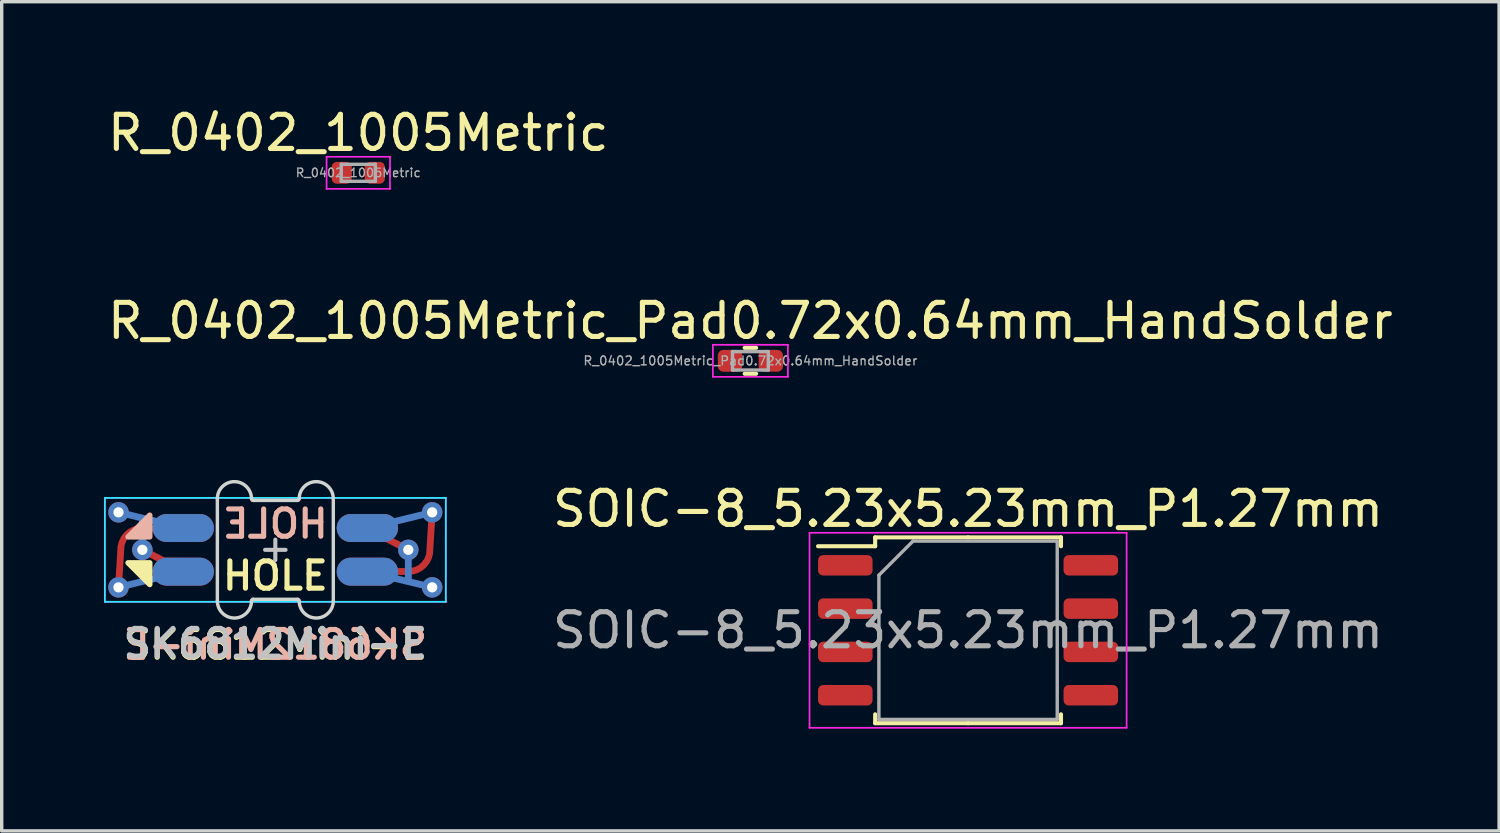
<source format=kicad_pcb>
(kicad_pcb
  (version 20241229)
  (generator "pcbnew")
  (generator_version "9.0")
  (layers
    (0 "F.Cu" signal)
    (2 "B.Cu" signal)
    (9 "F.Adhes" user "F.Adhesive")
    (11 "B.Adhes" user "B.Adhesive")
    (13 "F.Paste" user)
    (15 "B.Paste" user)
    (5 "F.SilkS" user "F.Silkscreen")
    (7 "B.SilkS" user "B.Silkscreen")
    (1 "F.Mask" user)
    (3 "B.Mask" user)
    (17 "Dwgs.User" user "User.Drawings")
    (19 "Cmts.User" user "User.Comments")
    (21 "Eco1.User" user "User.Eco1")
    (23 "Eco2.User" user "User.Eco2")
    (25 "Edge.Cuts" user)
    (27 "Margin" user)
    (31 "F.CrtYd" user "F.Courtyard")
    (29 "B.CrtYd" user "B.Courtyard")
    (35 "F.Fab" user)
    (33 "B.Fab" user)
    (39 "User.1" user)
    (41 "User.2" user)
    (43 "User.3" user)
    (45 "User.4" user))
  (footprint "R_0402_1005Metric_Pad0.72x0.64mm_HandSolder"
    (layer "F.Cu")
    (at 18.958 7.532)
    (property "Reference" "R_0402_1005Metric_Pad0.72x0.64mm_HandSolder" (at 0 -1.17 180) (layer "F.SilkS") (effects (font (size 1 1) (thickness 0.15))))
    (attr smd)
    (fp_line (start -0.168 -0.38) (end 0.168 -0.38) (stroke (width 0.12) (type solid)) (layer "F.SilkS"))
    (fp_line (start -0.168 0.38) (end 0.168 0.38) (stroke (width 0.12) (type solid)) (layer "F.SilkS"))
    (fp_line (start -1.1 -0.47) (end 1.1 -0.47) (stroke (width 0.05) (type solid)) (layer "F.CrtYd"))
    (fp_line (start -1.1 0.47) (end -1.1 -0.47) (stroke (width 0.05) (type solid)) (layer "F.CrtYd"))
    (fp_line (start 1.1 -0.47) (end 1.1 0.47) (stroke (width 0.05) (type solid)) (layer "F.CrtYd"))
    (fp_line (start 1.1 0.47) (end -1.1 0.47) (stroke (width 0.05) (type solid)) (layer "F.CrtYd"))
    (fp_line (start -0.525 -0.27) (end 0.525 -0.27) (stroke (width 0.1) (type solid)) (layer "F.Fab"))
    (fp_line (start -0.525 0.27) (end -0.525 -0.27) (stroke (width 0.1) (type solid)) (layer "F.Fab"))
    (fp_line (start 0.525 -0.27) (end 0.525 0.27) (stroke (width 0.1) (type solid)) (layer "F.Fab"))
    (fp_line (start 0.525 0.27) (end -0.525 0.27) (stroke (width 0.1) (type solid)) (layer "F.Fab"))
    (fp_text user "${REFERENCE}" (at 0 0 180) (layer "F.Fab") (effects (font (size 0.26 0.26) (thickness 0.04))))
    (pad "1" smd roundrect (at -0.598 0) (size 0.715 0.64) (layers "F.Cu" "F.Mask" "F.Paste") (roundrect_rratio 0.25))
    (pad "2" smd roundrect (at 0.598 0) (size 0.715 0.64) (layers "F.Cu" "F.Mask" "F.Paste") (roundrect_rratio 0.25)))
  (footprint "SK6812Mini-E"
    (layer "F.Cu")
    (at 5.025 13.076)
    (property "Reference" "SK6812Mini-E" (at 0 2.75 0) (layer "Dwgs.User") (effects (font (size 0.813 0.813) (thickness 0.152))))
    (attr through_hole)
    (fp_poly (pts (xy -4.318 0.381) (xy -3.683 0.381) (xy -3.683 1.016)) (stroke (width 0.16) (type solid)) (fill yes) (layer "F.SilkS"))
    (fp_poly (pts (xy -3.683 -1.016) (xy -3.683 -0.381) (xy -4.318 -0.381)) (stroke (width 0.16) (type solid)) (fill yes) (layer "B.SilkS"))
    (fp_line (start -0.3 0) (end 0.3 0) (stroke (width 0.12) (type solid)) (layer "Dwgs.User"))
    (fp_line (start 0 0.3) (end 0 -0.3) (stroke (width 0.12) (type solid)) (layer "Dwgs.User"))
    (fp_line (start -1.7 -1.5) (end -1.7 1.5) (stroke (width 0.1) (type solid)) (layer "Edge.Cuts"))
    (fp_line (start -0.65 -1.45) (end 0.65 -1.45) (stroke (width 0.1) (type solid)) (layer "Edge.Cuts"))
    (fp_line (start -0.65 1.45) (end 0.65 1.45) (stroke (width 0.1) (type solid)) (layer "Edge.Cuts"))
    (fp_line (start 1.7 1.5) (end 1.7 -1.5) (stroke (width 0.1) (type solid)) (layer "Edge.Cuts"))
    (fp_arc (start -1.7 -1.5) (mid -1.2 -2) (end -0.7 -1.5) (stroke (width 0.1) (type solid)) (layer "Edge.Cuts"))
    (fp_arc (start -0.7 1.5) (mid -1.2 2) (end -1.7 1.5) (stroke (width 0.1) (type solid)) (layer "Edge.Cuts"))
    (fp_arc (start -0.7 1.5) (mid -0.685355 1.464645) (end -0.65 1.45) (stroke (width 0.1) (type solid)) (layer "Edge.Cuts"))
    (fp_arc (start -0.65 -1.45) (mid -0.685355 -1.464645) (end -0.7 -1.5) (stroke (width 0.1) (type solid)) (layer "Edge.Cuts"))
    (fp_arc (start 0.65 1.45) (mid 0.685355 1.464645) (end 0.7 1.5) (stroke (width 0.1) (type solid)) (layer "Edge.Cuts"))
    (fp_arc (start 0.7 -1.5) (mid 0.685355 -1.464645) (end 0.65 -1.45) (stroke (width 0.1) (type solid)) (layer "Edge.Cuts"))
    (fp_arc (start 0.7 -1.5) (mid 1.2 -2) (end 1.7 -1.5) (stroke (width 0.1) (type solid)) (layer "Edge.Cuts"))
    (fp_arc (start 1.7 1.5) (mid 1.2 2) (end 0.7 1.5) (stroke (width 0.1) (type solid)) (layer "Edge.Cuts"))
    (fp_line (start -5 -1.524) (end 5 -1.524) (stroke (width 0.05) (type solid)) (layer "B.CrtYd"))
    (fp_line (start -5 1.524) (end -5 -1.524) (stroke (width 0.05) (type solid)) (layer "B.CrtYd"))
    (fp_line (start 5 -1.524) (end 5 1.524) (stroke (width 0.05) (type solid)) (layer "B.CrtYd"))
    (fp_line (start 5 1.524) (end -5 1.524) (stroke (width 0.05) (type solid)) (layer "B.CrtYd"))
    (fp_line (start -5 -1.524) (end -5 1.524) (stroke (width 0.05) (type solid)) (layer "F.CrtYd"))
    (fp_line (start -5 -1.524) (end 5 -1.524) (stroke (width 0.05) (type solid)) (layer "F.CrtYd"))
    (fp_line (start 5 -1.524) (end 5 1.524) (stroke (width 0.05) (type solid)) (layer "F.CrtYd"))
    (fp_line (start 5 1.524) (end -5 1.524) (stroke (width 0.05) (type solid)) (layer "F.CrtYd"))
    (fp_text user "${REFERENCE}" (at 0 2.781 0) (layer "F.SilkS") (effects (font (size 0.813 0.813) (thickness 0.152))))
    (fp_text user "HOLE" (at 0 0.762 0) (layer "F.SilkS") (effects (font (size 0.8 0.8) (thickness 0.15))))
    (fp_text user "HOLE" (at 0 -0.762 0) (layer "B.SilkS") (effects (font (size 0.8 0.8) (thickness 0.15)) (justify mirror)))
    (fp_text user "${REFERENCE}" (at 0 2.781 0) (layer "B.SilkS") (effects (font (size 0.813 0.813) (thickness 0.152)) (justify mirror)))
    (pad "1" smd custom (at 2.7 -0.64 180) (size 0.01 0.01) (layers "F.Cu") (options (anchor circle)) (primitives (gr_line (start -1.2 -0.64) (end 0.033 -0.005) (width 0.2))))
    (pad "1" smd oval (at 2.7 -0.64) (size 1.8 0.82) (layers "F.Cu" "F.Mask" "F.Paste"))
    (pad "1" smd custom (at 2.7 0.64 180) (size 0.01 0.01) (layers "B.Cu") (options (anchor circle)) (primitives (gr_line (start 0.033 0.005) (end -1.9 -0.46) (width 0.2)) (gr_line (start -1.2 0.64) (end -1.2 -0.26) (width 0.2))))
    (pad "1" smd oval (at 2.7 0.64) (size 1.8 0.82) (layers "B.Cu" "B.Mask" "B.Paste"))
    (pad "1" thru_hole circle (at 3.9 0 180) (size 0.6 0.6) (drill 0.3) (layers "*.Cu"))
    (pad "1" thru_hole circle (at 4.6 1.1 180) (size 0.6 0.6) (drill 0.3) (layers "*.Cu"))
    (pad "2" smd custom (at 2.7 -0.64 180) (size 0.01 0.01) (layers "B.Cu") (options (anchor circle)) (primitives (gr_line (start -1.9 0.46) (end 0 -0.005) (width 0.2))))
    (pad "2" smd oval (at 2.7 -0.64) (size 1.8 0.82) (layers "B.Cu" "B.Mask" "B.Paste"))
    (pad "2" smd custom (at 2.7 0.64 180) (size 0.01 0.01) (layers "F.Cu") (options (anchor circle)) (primitives (gr_arc (start -1.826182 0.540664) (mid -1.615176 0.160395) (end -1.208969 0.005079) (width 0.2)) (gr_line (start -1.826 0.541) (end -1.9 1.74) (width 0.2)) (gr_line (start -1.199 0.005) (end 0 0.005) (width 0.2))))
    (pad "2" smd oval (at 2.7 0.64) (size 1.8 0.82) (layers "F.Cu" "F.Mask" "F.Paste"))
    (pad "2" thru_hole circle (at 4.6 -1.1 180) (size 0.6 0.6) (drill 0.3) (layers "*.Cu"))
    (pad "3" thru_hole circle (at -4.6 -1.1) (size 0.6 0.6) (drill 0.3) (layers "*.Cu"))
    (pad "3" thru_hole circle (at -3.9 0) (size 0.6 0.6) (drill 0.3) (layers "*.Cu"))
    (pad "3" smd custom (at -2.7 -0.64) (size 0.01 0.01) (layers "B.Cu") (options (anchor circle)) (primitives (gr_line (start 0.033 0.005) (end -1.9 -0.46) (width 0.2)) (gr_line (start -1.2 0.64) (end -1.2 -0.26) (width 0.2))))
    (pad "3" smd oval (at -2.7 -0.64) (size 1.8 0.82) (layers "B.Cu" "B.Mask" "B.Paste"))
    (pad "3" smd custom (at -2.7 0.64) (size 0.01 0.01) (layers "F.Cu") (options (anchor circle)) (primitives (gr_line (start -1.2 -0.64) (end 0.033 -0.005) (width 0.2))))
    (pad "3" smd oval (at -2.7 0.64) (size 1.8 0.82) (layers "F.Cu" "F.Mask" "F.Paste"))
    (pad "4" thru_hole circle (at -4.6 1.1) (size 0.6 0.6) (drill 0.3) (layers "*.Cu"))
    (pad "4" smd custom (at -2.7 -0.64) (size 0.01 0.01) (layers "F.Cu") (options (anchor circle)) (primitives (gr_arc (start -1.826182 0.540664) (mid -1.615176 0.160395) (end -1.208969 0.005079) (width 0.2)) (gr_line (start -1.826 0.541) (end -1.9 1.74) (width 0.2)) (gr_line (start -1.199 0.005) (end 0 0.005) (width 0.2))))
    (pad "4" smd oval (at -2.7 -0.64) (size 1.8 0.82) (layers "F.Cu" "F.Mask" "F.Paste"))
    (pad "4" smd custom (at -2.7 0.64) (size 0.01 0.01) (layers "B.Cu") (options (anchor circle)) (primitives (gr_line (start -1.9 0.46) (end 0 -0.005) (width 0.2))))
    (pad "4" smd oval (at -2.7 0.64) (size 1.8 0.82) (layers "B.Cu" "B.Mask" "B.Paste")))
  (footprint "SOIC-8_5.23x5.23mm_P1.27mm"
    (layer "F.Cu")
    (at 25.342 15.435)
    (property "Reference" "SOIC-8_5.23x5.23mm_P1.27mm" (at 0 -3.56 180) (layer "F.SilkS") (effects (font (size 1 1) (thickness 0.15))))
    (attr smd)
    (fp_line (start -2.725 -2.725) (end -2.725 -2.465) (stroke (width 0.12) (type solid)) (layer "F.SilkS"))
    (fp_line (start -2.725 -2.465) (end -4.4 -2.465) (stroke (width 0.12) (type solid)) (layer "F.SilkS"))
    (fp_line (start -2.725 2.725) (end -2.725 2.465) (stroke (width 0.12) (type solid)) (layer "F.SilkS"))
    (fp_line (start 0 -2.725) (end -2.725 -2.725) (stroke (width 0.12) (type solid)) (layer "F.SilkS"))
    (fp_line (start 0 -2.725) (end 2.725 -2.725) (stroke (width 0.12) (type solid)) (layer "F.SilkS"))
    (fp_line (start 0 2.725) (end -2.725 2.725) (stroke (width 0.12) (type solid)) (layer "F.SilkS"))
    (fp_line (start 0 2.725) (end 2.725 2.725) (stroke (width 0.12) (type solid)) (layer "F.SilkS"))
    (fp_line (start 2.725 -2.725) (end 2.725 -2.465) (stroke (width 0.12) (type solid)) (layer "F.SilkS"))
    (fp_line (start 2.725 2.725) (end 2.725 2.465) (stroke (width 0.12) (type solid)) (layer "F.SilkS"))
    (fp_line (start -4.65 -2.86) (end -4.65 2.86) (stroke (width 0.05) (type solid)) (layer "F.CrtYd"))
    (fp_line (start -4.65 2.86) (end 4.65 2.86) (stroke (width 0.05) (type solid)) (layer "F.CrtYd"))
    (fp_line (start 4.65 -2.86) (end -4.65 -2.86) (stroke (width 0.05) (type solid)) (layer "F.CrtYd"))
    (fp_line (start 4.65 2.86) (end 4.65 -2.86) (stroke (width 0.05) (type solid)) (layer "F.CrtYd"))
    (fp_line (start -2.615 -1.615) (end -1.615 -2.615) (stroke (width 0.1) (type solid)) (layer "F.Fab"))
    (fp_line (start -2.615 2.615) (end -2.615 -1.615) (stroke (width 0.1) (type solid)) (layer "F.Fab"))
    (fp_line (start -1.615 -2.615) (end 2.615 -2.615) (stroke (width 0.1) (type solid)) (layer "F.Fab"))
    (fp_line (start 2.615 -2.615) (end 2.615 2.615) (stroke (width 0.1) (type solid)) (layer "F.Fab"))
    (fp_line (start 2.615 2.615) (end -2.615 2.615) (stroke (width 0.1) (type solid)) (layer "F.Fab"))
    (fp_text user "${REFERENCE}" (at 0 0 180) (layer "F.Fab") (effects (font (size 1 1) (thickness 0.15))))
    (pad "1" smd roundrect (at -3.6 -1.905) (size 1.6 0.6) (layers "F.Cu" "F.Mask" "F.Paste") (roundrect_rratio 0.25))
    (pad "2" smd roundrect (at -3.6 -0.635) (size 1.6 0.6) (layers "F.Cu" "F.Mask" "F.Paste") (roundrect_rratio 0.25))
    (pad "3" smd roundrect (at -3.6 0.635) (size 1.6 0.6) (layers "F.Cu" "F.Mask" "F.Paste") (roundrect_rratio 0.25))
    (pad "4" smd roundrect (at -3.6 1.905) (size 1.6 0.6) (layers "F.Cu" "F.Mask" "F.Paste") (roundrect_rratio 0.25))
    (pad "5" smd roundrect (at 3.6 1.905) (size 1.6 0.6) (layers "F.Cu" "F.Mask" "F.Paste") (roundrect_rratio 0.25))
    (pad "6" smd roundrect (at 3.6 0.635) (size 1.6 0.6) (layers "F.Cu" "F.Mask" "F.Paste") (roundrect_rratio 0.25))
    (pad "7" smd roundrect (at 3.6 -0.635) (size 1.6 0.6) (layers "F.Cu" "F.Mask" "F.Paste") (roundrect_rratio 0.25))
    (pad "8" smd roundrect (at 3.6 -1.905) (size 1.6 0.6) (layers "F.Cu" "F.Mask" "F.Paste") (roundrect_rratio 0.25)))
  (footprint "R_0402_1005Metric"
    (layer "F.Cu")
    (at 7.458 2.018)
    (property "Reference" "R_0402_1005Metric" (at 0 -1.17 0) (layer "F.SilkS") (effects (font (size 1 1) (thickness 0.15))))
    (attr smd)
    (fp_line (start -0.93 -0.47) (end 0.93 -0.47) (stroke (width 0.05) (type solid)) (layer "F.CrtYd"))
    (fp_line (start -0.93 0.47) (end -0.93 -0.47) (stroke (width 0.05) (type solid)) (layer "F.CrtYd"))
    (fp_line (start 0.93 -0.47) (end 0.93 0.47) (stroke (width 0.05) (type solid)) (layer "F.CrtYd"))
    (fp_line (start 0.93 0.47) (end -0.93 0.47) (stroke (width 0.05) (type solid)) (layer "F.CrtYd"))
    (fp_line (start -0.5 -0.25) (end 0.5 -0.25) (stroke (width 0.1) (type solid)) (layer "F.Fab"))
    (fp_line (start -0.5 0.25) (end -0.5 -0.25) (stroke (width 0.1) (type solid)) (layer "F.Fab"))
    (fp_line (start 0.5 -0.25) (end 0.5 0.25) (stroke (width 0.1) (type solid)) (layer "F.Fab"))
    (fp_line (start 0.5 0.25) (end -0.5 0.25) (stroke (width 0.1) (type solid)) (layer "F.Fab"))
    (fp_text user "${REFERENCE}" (at 0 0 0) (layer "F.Fab") (effects (font (size 0.25 0.25) (thickness 0.04))))
    (pad "1" smd roundrect (at -0.485 0) (size 0.59 0.64) (layers "F.Cu" "F.Mask" "F.Paste") (roundrect_rratio 0.25))
    (pad "2" smd roundrect (at 0.485 0) (size 0.59 0.64) (layers "F.Cu" "F.Mask" "F.Paste") (roundrect_rratio 0.25)))
  (gr_rect
    (start -3 -3)
    (end 40.917 21.32)
    (stroke (width 0.1) (type default))
    (fill no)
    (layer "Edge.Cuts")))
</source>
